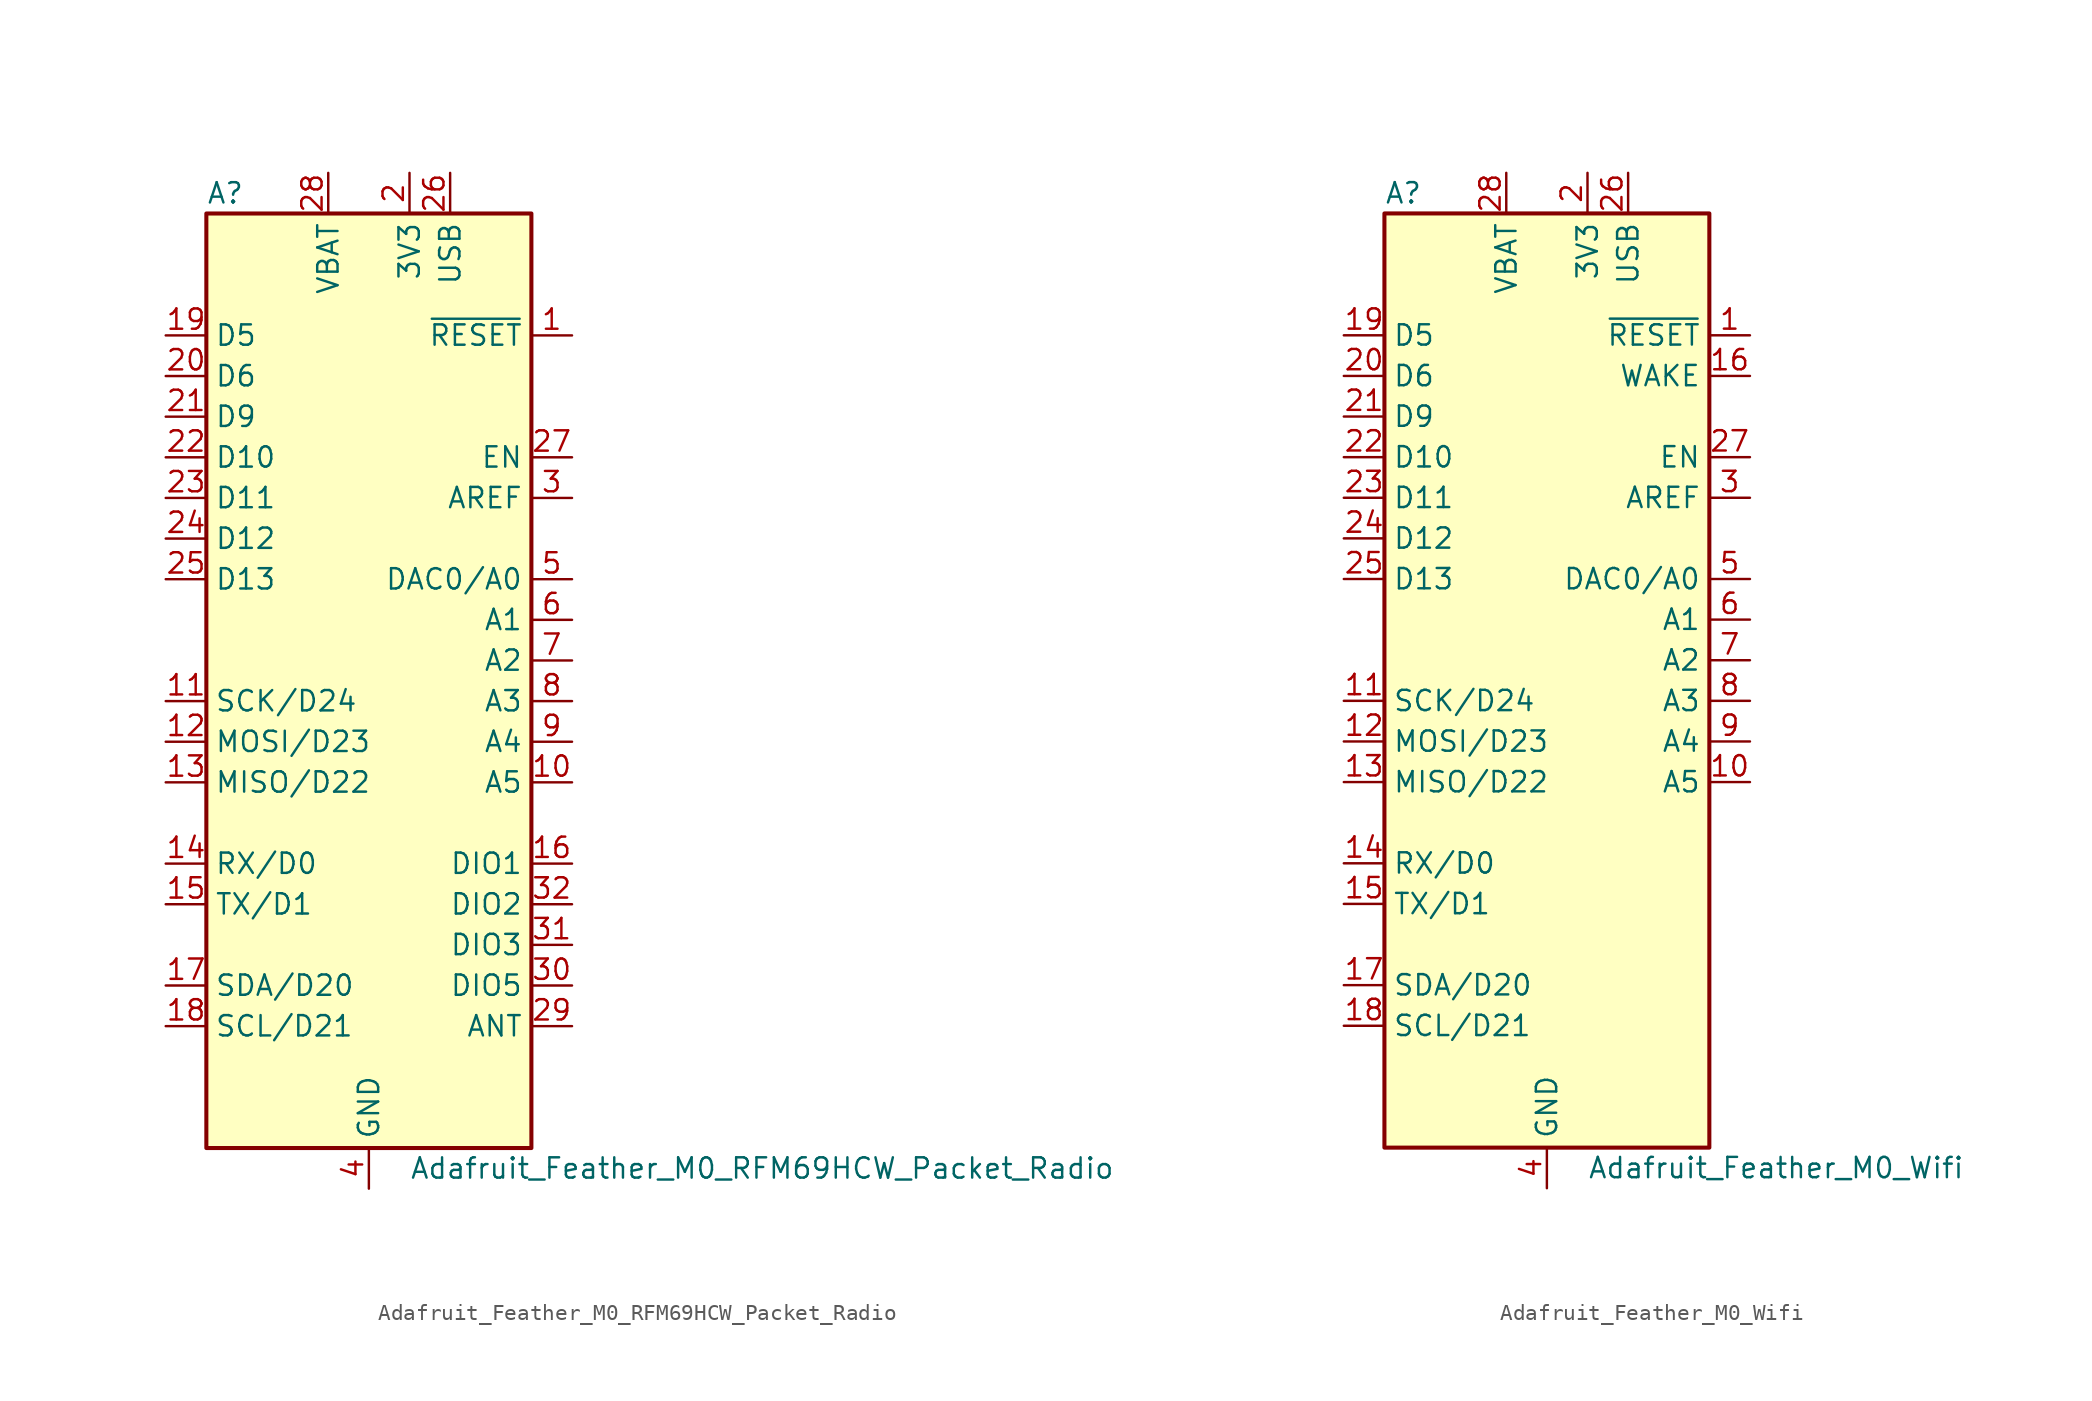
<source format=kicad_sym>
(kicad_symbol_lib
  (version 20220914)
  (generator kicad_symbol_editor)
  (symbol "Adafruit_Feather_M0_RFM69HCW_Packet_Radio"
    (property "Reference" "A"
      (at -10.16 29.21 0)
      (effects (font (size 1.27 1.27)) (justify left)))
    (property "Value" "Adafruit_Feather_M0_RFM69HCW_Packet_Radio"
      (at 2.54 -31.75 0)
      (effects (font (size 1.27 1.27)) (justify left)))
    (symbol "Adafruit_Feather_M0_RFM69HCW_Packet_Radio_0_1"
      (rectangle (start -10.16 27.94) (end 10.16 -30.48) (stroke (width 0.254) (type default)) (fill (type background))))
    (symbol "Adafruit_Feather_M0_RFM69HCW_Packet_Radio_1_1"
      (pin input line (at 12.7 20.32 180) (length 2.54) (name "~{RESET}" (effects (font (size 1.27 1.27)))) (number "1" (effects (font (size 1.27 1.27)))))
      (pin bidirectional line (at 12.7 -7.62 180) (length 2.54) (name "A5" (effects (font (size 1.27 1.27)))) (number "10" (effects (font (size 1.27 1.27)))))
      (pin bidirectional line (at -12.7 -2.54 0) (length 2.54) (name "SCK/D24" (effects (font (size 1.27 1.27)))) (number "11" (effects (font (size 1.27 1.27)))))
      (pin bidirectional line (at -12.7 -5.08 0) (length 2.54) (name "MOSI/D23" (effects (font (size 1.27 1.27)))) (number "12" (effects (font (size 1.27 1.27)))))
      (pin bidirectional line (at -12.7 -7.62 0) (length 2.54) (name "MISO/D22" (effects (font (size 1.27 1.27)))) (number "13" (effects (font (size 1.27 1.27)))))
      (pin bidirectional line (at -12.7 -12.7 0) (length 2.54) (name "RX/D0" (effects (font (size 1.27 1.27)))) (number "14" (effects (font (size 1.27 1.27)))))
      (pin bidirectional line (at -12.7 -15.24 0) (length 2.54) (name "TX/D1" (effects (font (size 1.27 1.27)))) (number "15" (effects (font (size 1.27 1.27)))))
      (pin bidirectional line (at 12.7 -12.7 180) (length 2.54) (name "DIO1" (effects (font (size 1.27 1.27)))) (number "16" (effects (font (size 1.27 1.27)))))
      (pin bidirectional line (at -12.7 -20.32 0) (length 2.54) (name "SDA/D20" (effects (font (size 1.27 1.27)))) (number "17" (effects (font (size 1.27 1.27)))))
      (pin bidirectional line (at -12.7 -22.86 0) (length 2.54) (name "SCL/D21" (effects (font (size 1.27 1.27)))) (number "18" (effects (font (size 1.27 1.27)))))
      (pin bidirectional line (at -12.7 20.32 0) (length 2.54) (name "D5" (effects (font (size 1.27 1.27)))) (number "19" (effects (font (size 1.27 1.27)))))
      (pin power_in line (at 2.54 30.48 270) (length 2.54) (name "3V3" (effects (font (size 1.27 1.27)))) (number "2" (effects (font (size 1.27 1.27)))))
      (pin bidirectional line (at -12.7 17.78 0) (length 2.54) (name "D6" (effects (font (size 1.27 1.27)))) (number "20" (effects (font (size 1.27 1.27)))))
      (pin bidirectional line (at -12.7 15.24 0) (length 2.54) (name "D9" (effects (font (size 1.27 1.27)))) (number "21" (effects (font (size 1.27 1.27)))))
      (pin bidirectional line (at -12.7 12.7 0) (length 2.54) (name "D10" (effects (font (size 1.27 1.27)))) (number "22" (effects (font (size 1.27 1.27)))))
      (pin bidirectional line (at -12.7 10.16 0) (length 2.54) (name "D11" (effects (font (size 1.27 1.27)))) (number "23" (effects (font (size 1.27 1.27)))))
      (pin bidirectional line (at -12.7 7.62 0) (length 2.54) (name "D12" (effects (font (size 1.27 1.27)))) (number "24" (effects (font (size 1.27 1.27)))))
      (pin bidirectional line (at -12.7 5.08 0) (length 2.54) (name "D13" (effects (font (size 1.27 1.27)))) (number "25" (effects (font (size 1.27 1.27)))))
      (pin power_in line (at 5.08 30.48 270) (length 2.54) (name "USB" (effects (font (size 1.27 1.27)))) (number "26" (effects (font (size 1.27 1.27)))))
      (pin input line (at 12.7 12.7 180) (length 2.54) (name "EN" (effects (font (size 1.27 1.27)))) (number "27" (effects (font (size 1.27 1.27)))))
      (pin power_in line (at -2.54 30.48 270) (length 2.54) (name "VBAT" (effects (font (size 1.27 1.27)))) (number "28" (effects (font (size 1.27 1.27)))))
      (pin bidirectional line (at 12.7 -22.86 180) (length 2.54) (name "ANT" (effects (font (size 1.27 1.27)))) (number "29" (effects (font (size 1.27 1.27)))))
      (pin input line (at 12.7 10.16 180) (length 2.54) (name "AREF" (effects (font (size 1.27 1.27)))) (number "3" (effects (font (size 1.27 1.27)))))
      (pin bidirectional line (at 12.7 -20.32 180) (length 2.54) (name "DIO5" (effects (font (size 1.27 1.27)))) (number "30" (effects (font (size 1.27 1.27)))))
      (pin bidirectional line (at 12.7 -17.78 180) (length 2.54) (name "DIO3" (effects (font (size 1.27 1.27)))) (number "31" (effects (font (size 1.27 1.27)))))
      (pin bidirectional line (at 12.7 -15.24 180) (length 2.54) (name "DIO2" (effects (font (size 1.27 1.27)))) (number "32" (effects (font (size 1.27 1.27)))))
      (pin power_in line (at 0 -33.02 90) (length 2.54) (name "GND" (effects (font (size 1.27 1.27)))) (number "4" (effects (font (size 1.27 1.27)))))
      (pin bidirectional line (at 12.7 5.08 180) (length 2.54) (name "DAC0/A0" (effects (font (size 1.27 1.27)))) (number "5" (effects (font (size 1.27 1.27)))))
      (pin bidirectional line (at 12.7 2.54 180) (length 2.54) (name "A1" (effects (font (size 1.27 1.27)))) (number "6" (effects (font (size 1.27 1.27)))))
      (pin bidirectional line (at 12.7 0 180) (length 2.54) (name "A2" (effects (font (size 1.27 1.27)))) (number "7" (effects (font (size 1.27 1.27)))))
      (pin bidirectional line (at 12.7 -2.54 180) (length 2.54) (name "A3" (effects (font (size 1.27 1.27)))) (number "8" (effects (font (size 1.27 1.27)))))
      (pin bidirectional line (at 12.7 -5.08 180) (length 2.54) (name "A4" (effects (font (size 1.27 1.27)))) (number "9" (effects (font (size 1.27 1.27)))))))
  (symbol "Adafruit_Feather_M0_Wifi"
    (property "Reference" "A"
      (at -10.16 29.21 0)
      (effects (font (size 1.27 1.27)) (justify left)))
    (property "Value" "Adafruit_Feather_M0_Wifi"
      (at 2.54 -31.75 0)
      (effects (font (size 1.27 1.27)) (justify left)))
    (symbol "Adafruit_Feather_M0_Wifi_0_1"
      (rectangle (start -10.16 27.94) (end 10.16 -30.48) (stroke (width 0.254) (type default)) (fill (type background))))
    (symbol "Adafruit_Feather_M0_Wifi_1_1"
      (pin input line (at 12.7 20.32 180) (length 2.54) (name "~{RESET}" (effects (font (size 1.27 1.27)))) (number "1" (effects (font (size 1.27 1.27)))))
      (pin bidirectional line (at 12.7 -7.62 180) (length 2.54) (name "A5" (effects (font (size 1.27 1.27)))) (number "10" (effects (font (size 1.27 1.27)))))
      (pin bidirectional line (at -12.7 -2.54 0) (length 2.54) (name "SCK/D24" (effects (font (size 1.27 1.27)))) (number "11" (effects (font (size 1.27 1.27)))))
      (pin bidirectional line (at -12.7 -5.08 0) (length 2.54) (name "MOSI/D23" (effects (font (size 1.27 1.27)))) (number "12" (effects (font (size 1.27 1.27)))))
      (pin bidirectional line (at -12.7 -7.62 0) (length 2.54) (name "MISO/D22" (effects (font (size 1.27 1.27)))) (number "13" (effects (font (size 1.27 1.27)))))
      (pin bidirectional line (at -12.7 -12.7 0) (length 2.54) (name "RX/D0" (effects (font (size 1.27 1.27)))) (number "14" (effects (font (size 1.27 1.27)))))
      (pin bidirectional line (at -12.7 -15.24 0) (length 2.54) (name "TX/D1" (effects (font (size 1.27 1.27)))) (number "15" (effects (font (size 1.27 1.27)))))
      (pin input line (at 12.7 17.78 180) (length 2.54) (name "WAKE" (effects (font (size 1.27 1.27)))) (number "16" (effects (font (size 1.27 1.27)))))
      (pin bidirectional line (at -12.7 -20.32 0) (length 2.54) (name "SDA/D20" (effects (font (size 1.27 1.27)))) (number "17" (effects (font (size 1.27 1.27)))))
      (pin bidirectional line (at -12.7 -22.86 0) (length 2.54) (name "SCL/D21" (effects (font (size 1.27 1.27)))) (number "18" (effects (font (size 1.27 1.27)))))
      (pin bidirectional line (at -12.7 20.32 0) (length 2.54) (name "D5" (effects (font (size 1.27 1.27)))) (number "19" (effects (font (size 1.27 1.27)))))
      (pin power_in line (at 2.54 30.48 270) (length 2.54) (name "3V3" (effects (font (size 1.27 1.27)))) (number "2" (effects (font (size 1.27 1.27)))))
      (pin bidirectional line (at -12.7 17.78 0) (length 2.54) (name "D6" (effects (font (size 1.27 1.27)))) (number "20" (effects (font (size 1.27 1.27)))))
      (pin bidirectional line (at -12.7 15.24 0) (length 2.54) (name "D9" (effects (font (size 1.27 1.27)))) (number "21" (effects (font (size 1.27 1.27)))))
      (pin bidirectional line (at -12.7 12.7 0) (length 2.54) (name "D10" (effects (font (size 1.27 1.27)))) (number "22" (effects (font (size 1.27 1.27)))))
      (pin bidirectional line (at -12.7 10.16 0) (length 2.54) (name "D11" (effects (font (size 1.27 1.27)))) (number "23" (effects (font (size 1.27 1.27)))))
      (pin bidirectional line (at -12.7 7.62 0) (length 2.54) (name "D12" (effects (font (size 1.27 1.27)))) (number "24" (effects (font (size 1.27 1.27)))))
      (pin bidirectional line (at -12.7 5.08 0) (length 2.54) (name "D13" (effects (font (size 1.27 1.27)))) (number "25" (effects (font (size 1.27 1.27)))))
      (pin power_in line (at 5.08 30.48 270) (length 2.54) (name "USB" (effects (font (size 1.27 1.27)))) (number "26" (effects (font (size 1.27 1.27)))))
      (pin input line (at 12.7 12.7 180) (length 2.54) (name "EN" (effects (font (size 1.27 1.27)))) (number "27" (effects (font (size 1.27 1.27)))))
      (pin power_in line (at -2.54 30.48 270) (length 2.54) (name "VBAT" (effects (font (size 1.27 1.27)))) (number "28" (effects (font (size 1.27 1.27)))))
      (pin input line (at 12.7 10.16 180) (length 2.54) (name "AREF" (effects (font (size 1.27 1.27)))) (number "3" (effects (font (size 1.27 1.27)))))
      (pin power_in line (at 0 -33.02 90) (length 2.54) (name "GND" (effects (font (size 1.27 1.27)))) (number "4" (effects (font (size 1.27 1.27)))))
      (pin bidirectional line (at 12.7 5.08 180) (length 2.54) (name "DAC0/A0" (effects (font (size 1.27 1.27)))) (number "5" (effects (font (size 1.27 1.27)))))
      (pin bidirectional line (at 12.7 2.54 180) (length 2.54) (name "A1" (effects (font (size 1.27 1.27)))) (number "6" (effects (font (size 1.27 1.27)))))
      (pin bidirectional line (at 12.7 0 180) (length 2.54) (name "A2" (effects (font (size 1.27 1.27)))) (number "7" (effects (font (size 1.27 1.27)))))
      (pin bidirectional line (at 12.7 -2.54 180) (length 2.54) (name "A3" (effects (font (size 1.27 1.27)))) (number "8" (effects (font (size 1.27 1.27)))))
      (pin bidirectional line (at 12.7 -5.08 180) (length 2.54) (name "A4" (effects (font (size 1.27 1.27)))) (number "9" (effects (font (size 1.27 1.27))))))))
</source>
